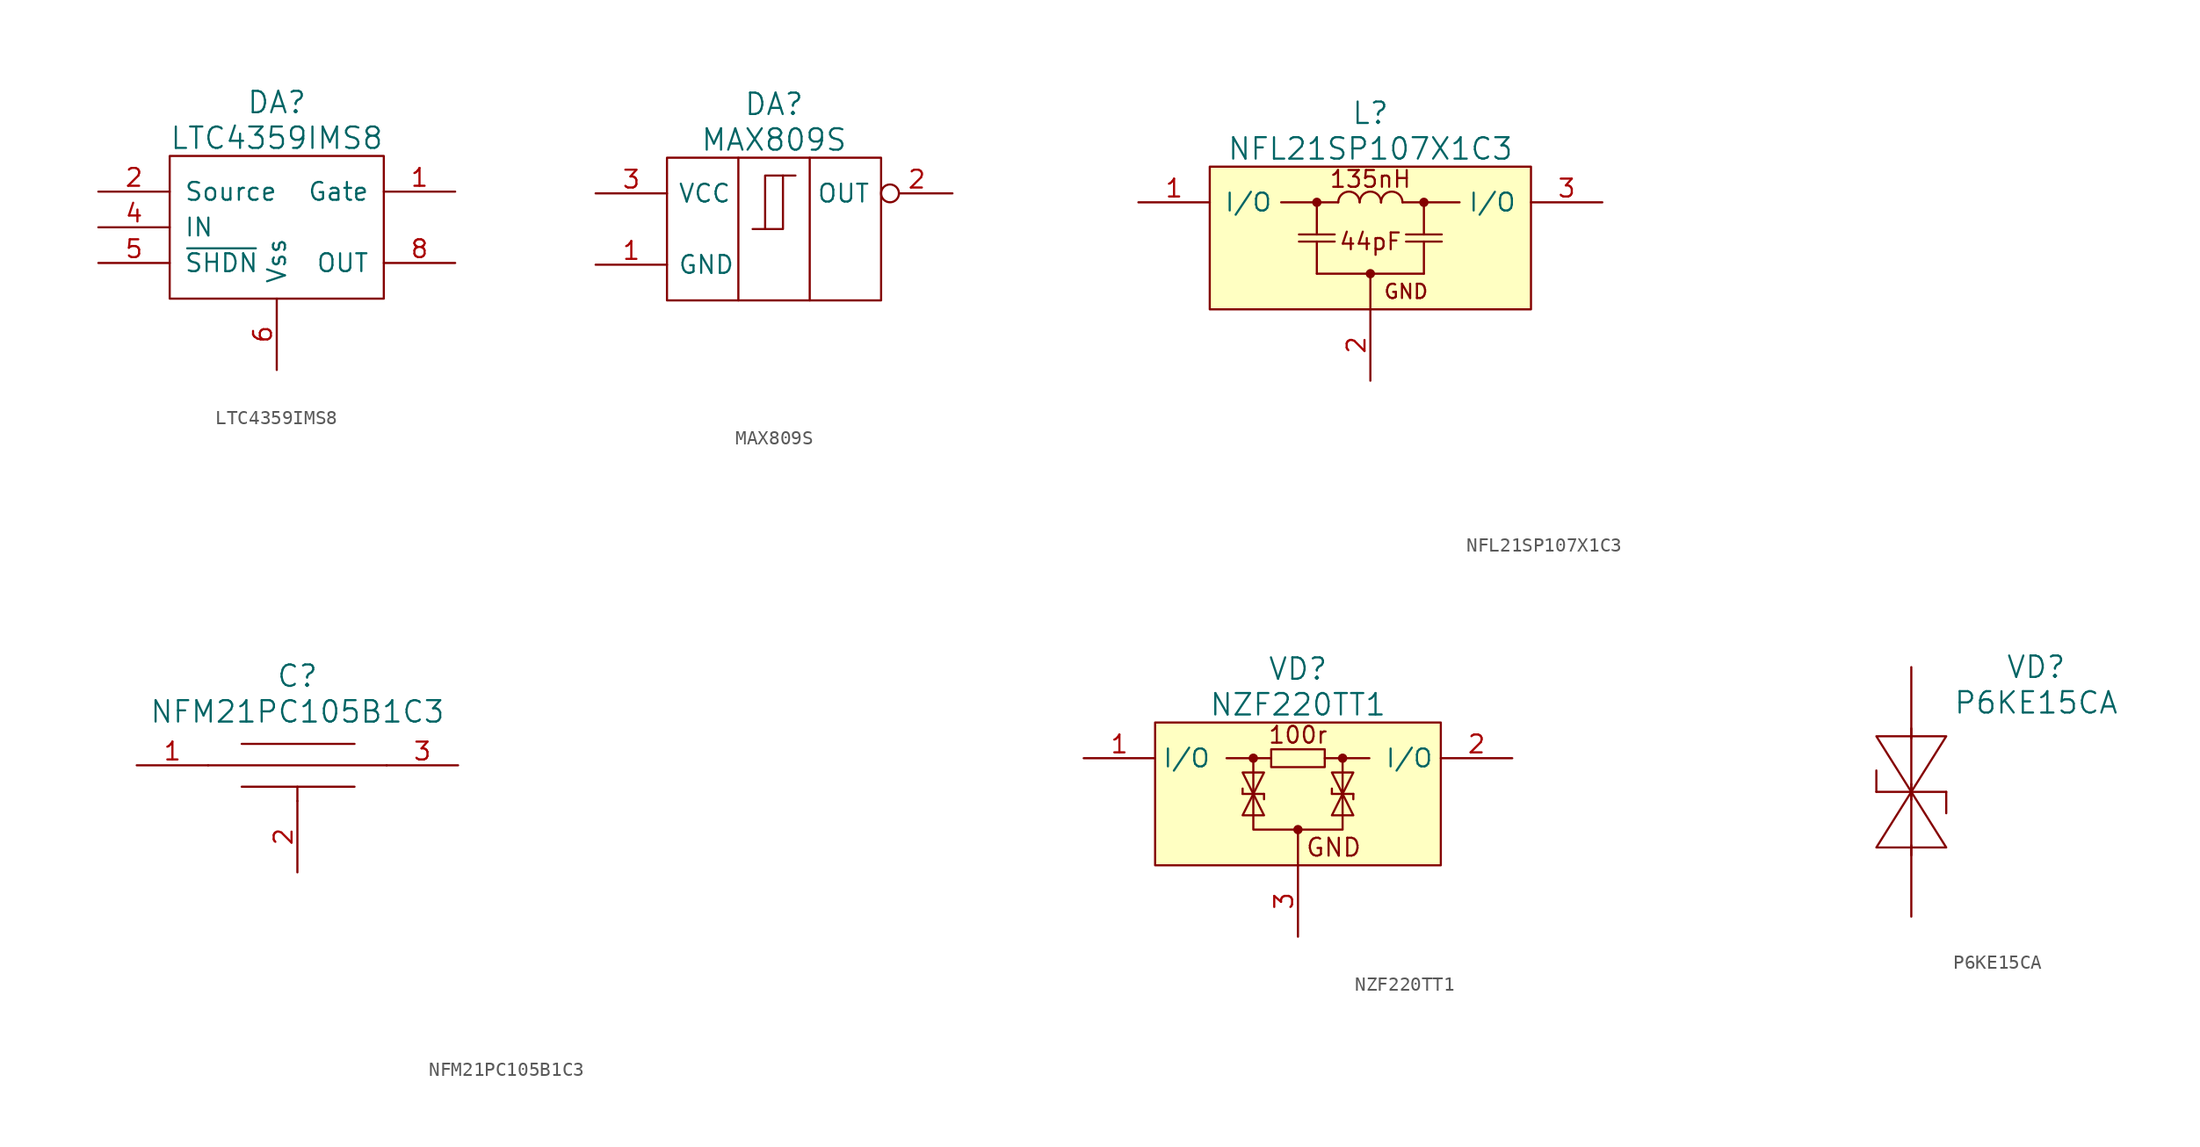
<source format=kicad_sym>
(kicad_symbol_lib
  (version 20220914)
  (generator kicad_symbol_editor)
  (symbol "LTC4359IMS8"
    (pin_names
      (offset 1.016))
    (property "Reference" "DA"
      (at 0 8.89 0)
      (effects (font (size 1.524 1.524))))
    (property "Value" "LTC4359IMS8"
      (at 0 6.35 0)
      (effects (font (size 1.524 1.524))))
    (property "Datasheet" ""
      (at -1.27 -7.62 0)
      (effects (font (size 1.524 1.524))))
    (symbol "LTC4359IMS8_0_1"
      (rectangle (start -7.62 5.08) (end 7.62 -5.08) (stroke (width 0) (type solid)) (fill (type none))))
    (symbol "LTC4359IMS8_1_1"
      (pin passive line (at 12.7 2.54 180) (length 5.08) (name "Gate" (effects (font (size 1.27 1.27)))) (number "1" (effects (font (size 1.27 1.27)))))
      (pin passive line (at -12.7 2.54 0) (length 5.08) (name "Source" (effects (font (size 1.27 1.27)))) (number "2" (effects (font (size 1.27 1.27)))))
      (pin no_connect line (at -1.27 -8.89 90) (length 5.08) hide (name "NC" (effects (font (size 1.27 1.27)))) (number "3" (effects (font (size 1.27 1.27)))))
      (pin power_in line (at -12.7 0 0) (length 5.08) (name "IN" (effects (font (size 1.27 1.27)))) (number "4" (effects (font (size 1.27 1.27)))))
      (pin passive line (at -12.7 -2.54 0) (length 5.08) (name "~{SHDN}" (effects (font (size 1.27 1.27)))) (number "5" (effects (font (size 1.27 1.27)))))
      (pin passive line (at 0 -10.16 90) (length 5.08) (name "Vss" (effects (font (size 1.27 1.27)))) (number "6" (effects (font (size 1.27 1.27)))))
      (pin no_connect line (at 1.27 -8.89 90) (length 5.08) hide (name "NC" (effects (font (size 1.27 1.27)))) (number "7" (effects (font (size 1.27 1.27)))))
      (pin power_out line (at 12.7 -2.54 180) (length 5.08) (name "OUT" (effects (font (size 1.27 1.27)))) (number "8" (effects (font (size 1.27 1.27)))))))
  (symbol "MAX809S"
    (pin_names
      (offset 0.762))
    (property "Reference" "DA"
      (at 0 8.89 0)
      (effects (font (size 1.524 1.524))))
    (property "Value" "MAX809S"
      (at 0 6.35 0)
      (effects (font (size 1.524 1.524))))
    (property "Datasheet" ""
      (at 0 -11.43 0)
      (effects (font (size 1.524 1.524))))
    (symbol "MAX809S_0_0"
      (rectangle (start -7.62 5.08) (end 7.62 -5.08) (stroke (width 0) (type solid)) (fill (type none)))
      (polyline (pts (xy -1.524 0) (xy 0.635 0) (xy 0.635 3.81)) (stroke (width 0) (type solid)) (fill (type none)))
      (polyline (pts (xy 1.524 3.81) (xy -0.635 3.81) (xy -0.635 0)) (stroke (width 0) (type solid)) (fill (type none)))
      (polyline (pts (xy -2.54 -5.08) (xy -2.54 5.08) (xy -2.54 5.08) (xy -2.54 5.08)) (stroke (width 0) (type solid)) (fill (type none)))
      (polyline (pts (xy 2.54 -5.08) (xy 2.54 5.08) (xy 2.54 5.08) (xy 2.54 5.08)) (stroke (width 0) (type solid)) (fill (type none))))
    (symbol "MAX809S_1_1"
      (pin power_in line (at -12.7 -2.54 0) (length 5.08) (name "GND" (effects (font (size 1.27 1.27)))) (number "1" (effects (font (size 1.27 1.27)))))
      (pin open_collector inverted (at 12.7 2.54 180) (length 5.08) (name "OUT" (effects (font (size 1.27 1.27)))) (number "2" (effects (font (size 1.27 1.27)))))
      (pin power_in line (at -12.7 2.54 0) (length 5.08) (name "VCC" (effects (font (size 1.27 1.27)))) (number "3" (effects (font (size 1.27 1.27)))))))
  (symbol "NFL21SP107X1C3"
    (pin_names
      (offset 1.016))
    (property "Reference" "L"
      (at 0 8.89 0)
      (effects (font (size 1.524 1.524))))
    (property "Value" "NFL21SP107X1C3"
      (at 0 6.35 0)
      (effects (font (size 1.524 1.524))))
    (property "Datasheet" ""
      (at 41.275 -17.78 0)
      (effects (font (size 1.524 1.524))))
    (symbol "NFL21SP107X1C3_0_0"
      (text "GND" (at 2.54 -3.81 0) (effects (font (size 1.016 1.016)))))
    (symbol "NFL21SP107X1C3_0_1"
      (rectangle (start -11.43 5.08) (end 11.43 -5.08) (stroke (width 0) (type solid)) (fill (type background)))
      (polyline (pts (xy -5.08 -0.254) (xy -2.54 -0.254)) (stroke (width 0) (type solid)) (fill (type none)))
      (polyline (pts (xy -3.81 -2.54) (xy -3.81 -0.254)) (stroke (width 0) (type solid)) (fill (type none)))
      (polyline (pts (xy -3.81 2.54) (xy -3.81 0.254)) (stroke (width 0) (type solid)) (fill (type none)))
      (polyline (pts (xy -2.54 0.254) (xy -5.08 0.254)) (stroke (width 0) (type solid)) (fill (type none)))
      (polyline (pts (xy 2.54 -0.254) (xy 5.08 -0.254)) (stroke (width 0) (type solid)) (fill (type none)))
      (polyline (pts (xy 3.81 -2.54) (xy 3.81 -0.254)) (stroke (width 0) (type solid)) (fill (type none)))
      (polyline (pts (xy 3.81 2.54) (xy 3.81 0.254)) (stroke (width 0) (type solid)) (fill (type none)))
      (polyline (pts (xy 5.08 0.254) (xy 2.54 0.254)) (stroke (width 0) (type solid)) (fill (type none))))
    (symbol "NFL21SP107X1C3_1_0"
      (circle (center -3.81 2.54) (radius 0.254) (stroke (width 0) (type solid)) (fill (type outline)))
      (arc (start -0.762 2.54) (mid -1.524 3.2987) (end -2.286 2.54) (stroke (width 0) (type solid)) (fill (type none)))
      (circle (center 0 -2.54) (radius 0.254) (stroke (width 0) (type solid)) (fill (type outline)))
      (polyline (pts (xy 0 -2.54) (xy 0 -5.08)) (stroke (width 0) (type solid)) (fill (type none)))
      (polyline (pts (xy 3.81 -2.54) (xy -3.81 -2.54)) (stroke (width 0) (type solid)) (fill (type none)))
      (arc (start 0.762 2.54) (mid 0 3.2987) (end -0.762 2.54) (stroke (width 0) (type solid)) (fill (type none)))
      (arc (start 0.762 2.54) (mid 0.762 2.54) (end 0.762 2.54) (stroke (width 0) (type solid)) (fill (type none)))
      (arc (start 2.286 2.54) (mid 1.524 3.2987) (end 0.762 2.54) (stroke (width 0) (type solid)) (fill (type none)))
      (circle (center 3.81 2.54) (radius 0.254) (stroke (width 0) (type solid)) (fill (type outline)))
      (text "135nH" (at 0 4.191 0) (effects (font (size 1.194 1.194))))
      (text "44pF" (at 0 -0.254 0) (effects (font (size 1.194 1.194)))))
    (symbol "NFL21SP107X1C3_1_1"
      (polyline (pts (xy -2.286 2.54) (xy -6.35 2.54)) (stroke (width 0) (type solid)) (fill (type none)))
      (polyline (pts (xy 2.286 2.54) (xy 6.35 2.54)) (stroke (width 0) (type solid)) (fill (type none)))
      (pin power_in line (at -16.51 2.54 0) (length 5.08) (name "I/O" (effects (font (size 1.27 1.27)))) (number "1" (effects (font (size 1.27 1.27)))))
      (pin passive line (at 0 -10.16 90) (length 5.08) (name "~" (effects (font (size 1.27 1.27)))) (number "2" (effects (font (size 1.27 1.27)))))
      (pin power_out line (at 16.51 2.54 180) (length 5.08) (name "I/O" (effects (font (size 1.27 1.27)))) (number "3" (effects (font (size 1.27 1.27)))))))
  (symbol "NFM21PC105B1C3"
    (pin_names
      (offset 1.016))
    (property "Reference" "C"
      (at 0 6.35 0)
      (effects (font (size 1.524 1.524))))
    (property "Value" "NFM21PC105B1C3"
      (at 0 3.81 0)
      (effects (font (size 1.524 1.524))))
    (property "Datasheet" ""
      (at 41.275 -17.78 0)
      (effects (font (size 1.524 1.524))))
    (symbol "NFM21PC105B1C3_0_1"
      (polyline (pts (xy 0 -2.54) (xy 0 -1.524)) (stroke (width 0) (type solid)) (fill (type none)))
      (polyline (pts (xy 4.064 -1.524) (xy -3.962 -1.524)) (stroke (width 0) (type solid)) (fill (type none)))
      (polyline (pts (xy 4.064 1.524) (xy -3.962 1.524)) (stroke (width 0) (type solid)) (fill (type none)))
      (polyline (pts (xy 6.35 0) (xy -6.35 0)) (stroke (width 0) (type solid)) (fill (type none))))
    (symbol "NFM21PC105B1C3_1_1"
      (pin power_in line (at -11.43 0 0) (length 5.08) (name "~" (effects (font (size 1.27 1.27)))) (number "1" (effects (font (size 1.27 1.27)))))
      (pin power_in line (at 0 -7.62 90) (length 5.08) (name "~" (effects (font (size 1.27 1.27)))) (number "2" (effects (font (size 1.27 1.27)))))
      (pin power_out line (at 11.43 0 180) (length 5.08) (name "~" (effects (font (size 1.27 1.27)))) (number "3" (effects (font (size 1.27 1.27)))))))
  (symbol "NZF220TT1"
    (property "Reference" "VD"
      (at 0 8.89 0)
      (effects (font (size 1.524 1.524))))
    (property "Value" "NZF220TT1"
      (at 0 6.35 0)
      (effects (font (size 1.524 1.524))))
    (property "Datasheet" ""
      (at 30.48 -1.27 0)
      (effects (font (size 1.524 1.524))))
    (symbol "NZF220TT1_0_0"
      (circle (center -3.175 2.54) (radius 0.254) (stroke (width 0) (type solid)) (fill (type outline)))
      (circle (center 0 -2.54) (radius 0.254) (stroke (width 0) (type solid)) (fill (type outline)))
      (polyline (pts (xy 0 -2.54) (xy 0 -5.08)) (stroke (width 0) (type solid)) (fill (type none)))
      (polyline (pts (xy -3.175 2.54) (xy -3.175 -2.54) (xy 3.175 -2.54) (xy 3.175 2.54)) (stroke (width 0) (type solid)) (fill (type none)))
      (circle (center 3.175 2.54) (radius 0.254) (stroke (width 0) (type solid)) (fill (type outline)))
      (text "100r" (at 0 4.191 0) (effects (font (size 1.194 1.194))))
      (text "GND" (at 2.54 -3.81 0) (effects (font (size 1.27 1.27)))))
    (symbol "NZF220TT1_0_1"
      (rectangle (start -10.16 5.08) (end 10.16 -5.08) (stroke (width 0) (type solid)) (fill (type background)))
      (rectangle (start -1.905 3.175) (end 1.905 1.905) (stroke (width 0) (type solid)) (fill (type none)))
      (polyline (pts (xy -3.937 0) (xy -3.937 0.381)) (stroke (width 0) (type solid)) (fill (type none)))
      (polyline (pts (xy -2.413 0) (xy -3.937 0)) (stroke (width 0) (type solid)) (fill (type none)))
      (polyline (pts (xy -2.413 0) (xy -2.413 -0.381)) (stroke (width 0) (type solid)) (fill (type none)))
      (polyline (pts (xy -1.905 2.54) (xy -5.08 2.54)) (stroke (width 0) (type solid)) (fill (type none)))
      (polyline (pts (xy 1.905 2.54) (xy 5.08 2.54)) (stroke (width 0) (type solid)) (fill (type none)))
      (polyline (pts (xy 2.413 0) (xy 2.413 0.381)) (stroke (width 0) (type solid)) (fill (type none)))
      (polyline (pts (xy 3.937 0) (xy 2.413 0)) (stroke (width 0) (type solid)) (fill (type none)))
      (polyline (pts (xy 3.937 0) (xy 3.937 -0.381)) (stroke (width 0) (type solid)) (fill (type none)))
      (polyline (pts (xy -3.175 0) (xy -3.937 -1.524) (xy -2.413 -1.524) (xy -3.175 0)) (stroke (width 0) (type solid)) (fill (type none)))
      (polyline (pts (xy -3.175 0) (xy -2.413 1.524) (xy -3.937 1.524) (xy -3.175 0)) (stroke (width 0) (type solid)) (fill (type none)))
      (polyline (pts (xy 3.175 0) (xy 2.413 -1.524) (xy 3.937 -1.524) (xy 3.175 0)) (stroke (width 0) (type solid)) (fill (type none)))
      (polyline (pts (xy 3.175 0) (xy 3.937 1.524) (xy 2.413 1.524) (xy 3.175 0)) (stroke (width 0) (type solid)) (fill (type none))))
    (symbol "NZF220TT1_1_1"
      (pin passive line (at -15.24 2.54 0) (length 5.08) (name "I/O" (effects (font (size 1.27 1.27)))) (number "1" (effects (font (size 1.27 1.27)))))
      (pin passive line (at 15.24 2.54 180) (length 5.08) (name "I/O" (effects (font (size 1.27 1.27)))) (number "2" (effects (font (size 1.27 1.27)))))
      (pin power_in line (at 0 -10.16 90) (length 5.08) (name "~" (effects (font (size 1.27 1.27)))) (number "3" (effects (font (size 1.27 1.27)))))))
  (symbol "P6KE15CA"
    (pin_numbers hide)
    (pin_names
      (offset 1.016) hide)
    (property "Reference" "VD"
      (at 8.89 8.89 0)
      (effects (font (size 1.524 1.524))))
    (property "Value" "P6KE15CA"
      (at 8.89 6.35 0)
      (effects (font (size 1.524 1.524))))
    (property "Datasheet" ""
      (at 0 -8.89 90)
      (effects (font (size 1.524 1.524))))
    (symbol "P6KE15CA_0_1"
      (polyline (pts (xy -2.489 0) (xy 2.489 0)) (stroke (width 0) (type solid)) (fill (type none)))
      (polyline (pts (xy -2.489 1.524) (xy -2.489 0)) (stroke (width 0) (type solid)) (fill (type none)))
      (polyline (pts (xy 0 -4.521) (xy 0 0.559)) (stroke (width 0) (type solid)) (fill (type none)))
      (polyline (pts (xy 0 4.521) (xy 0 -0.559)) (stroke (width 0) (type solid)) (fill (type none)))
      (polyline (pts (xy 2.489 -1.524) (xy 2.489 0)) (stroke (width 0) (type solid)) (fill (type none)))
      (polyline (pts (xy 0 0) (xy -2.489 3.962) (xy 2.489 3.962) (xy 0 0)) (stroke (width 0) (type solid)) (fill (type none)))
      (polyline (pts (xy 0 0) (xy 2.489 -3.962) (xy -2.489 -3.962) (xy 0 0)) (stroke (width 0) (type solid)) (fill (type none))))
    (symbol "P6KE15CA_1_1"
      (pin passive line (at 0 -8.89 90) (length 5.08) (name "A" (effects (font (size 1.27 1.27)))) (number "A" (effects (font (size 1.27 1.27)))))
      (pin passive line (at 0 8.89 270) (length 5.08) (name "C" (effects (font (size 1.27 1.27)))) (number "C" (effects (font (size 1.27 1.27))))))))
</source>
